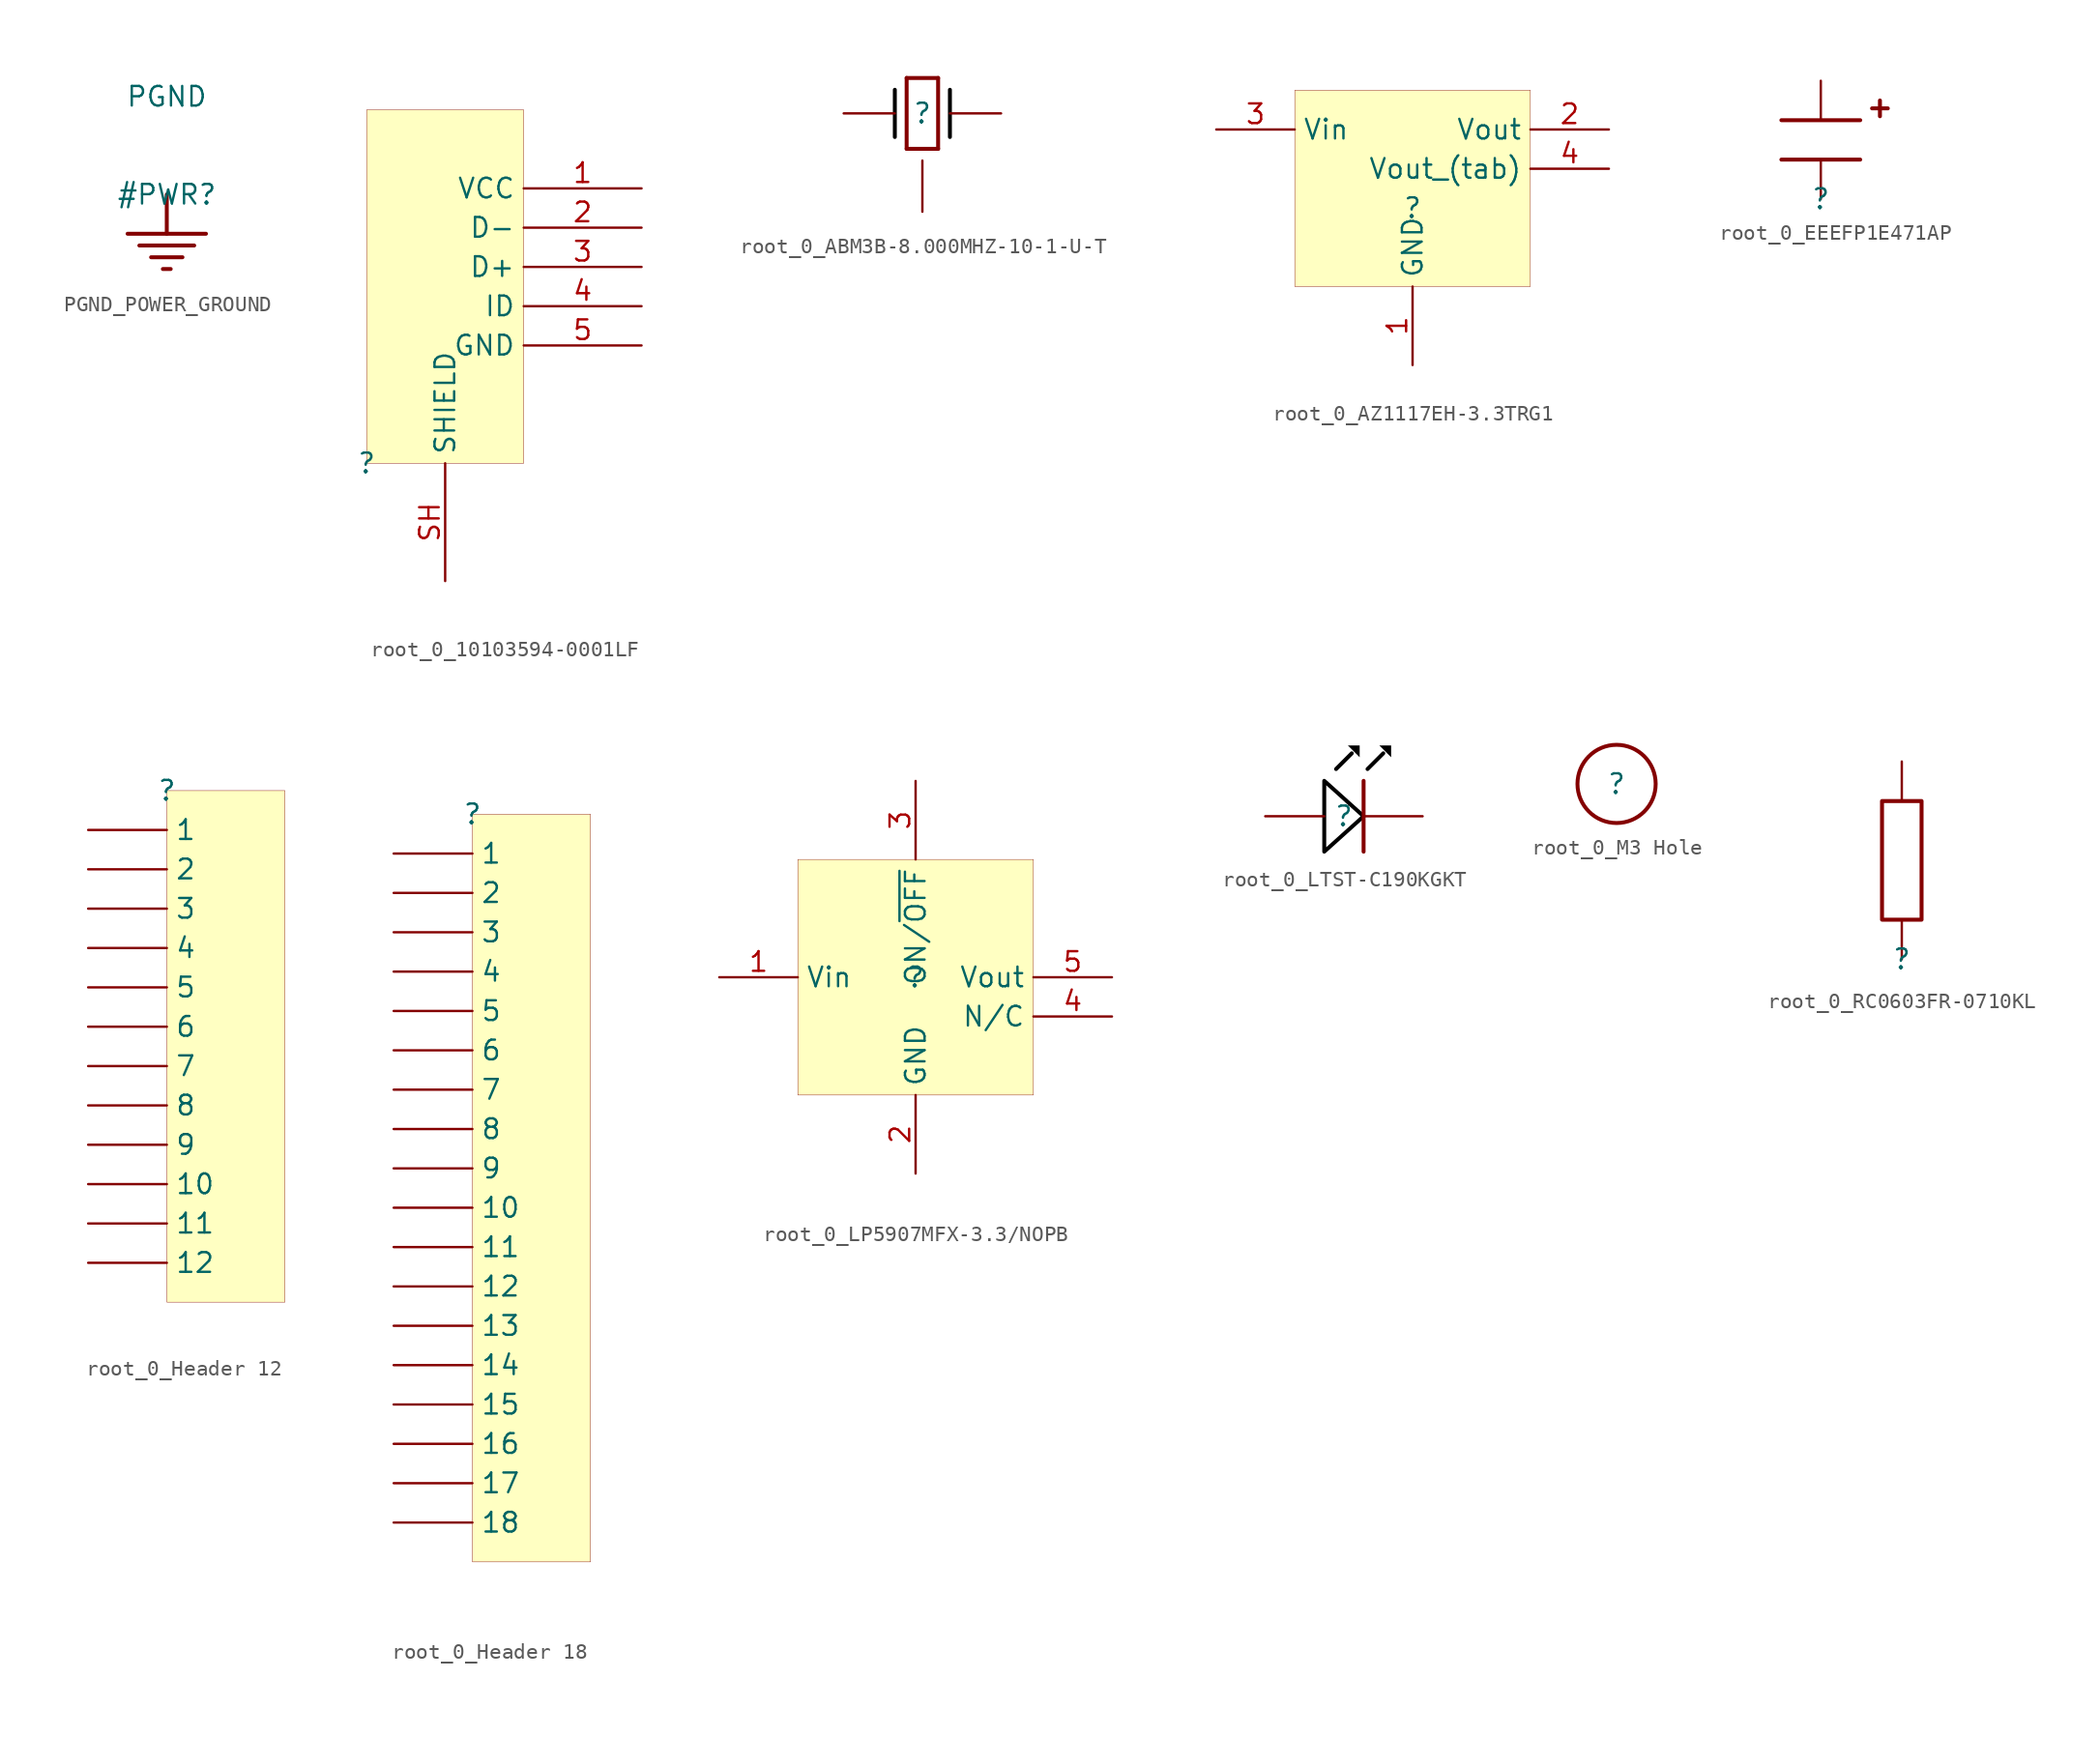
<source format=kicad_sym>
(kicad_symbol_lib
  (version 20231120)
  (generator "kicad_symbol_editor")
  (generator_version "8.0")
  (symbol "PGND_POWER_GROUND"
    (power)
    (property "Reference" "#PWR"
      (at 0 0 0)
      (effects (font (size 1.27 1.27))))
    (property "Value" "PGND"
      (at 0 6.35 0)
      (effects (font (size 1.27 1.27))))
    (symbol "PGND_POWER_GROUND_0_0"
      (polyline (pts (xy -2.54 -2.54) (xy 2.54 -2.54)) (stroke (width 0.254) (type solid)) (fill (type none)))
      (polyline (pts (xy -1.778 -3.302) (xy 1.778 -3.302)) (stroke (width 0.254) (type solid)) (fill (type none)))
      (polyline (pts (xy -1.016 -4.064) (xy 1.016 -4.064)) (stroke (width 0.254) (type solid)) (fill (type none)))
      (polyline (pts (xy -0.254 -4.826) (xy 0.254 -4.826)) (stroke (width 0.254) (type solid)) (fill (type none)))
      (polyline (pts (xy 0 0) (xy 0 -2.54)) (stroke (width 0.254) (type solid)) (fill (type none)))
      (pin power_in line (at 0 0 0) (length 0) hide (name "PGND" (effects (font (size 1.27 1.27)))) (number "" (effects (font (size 1.27 1.27)))))))
  (symbol "root_0_10103594-0001LF"
    (property "Reference" ""
      (at 0 0 0)
      (effects (font (size 1.27 1.27))))
    (property "Value" ""
      (at 0 0 0)
      (effects (font (size 1.27 1.27))))
    (symbol "root_0_10103594-0001LF_1_0"
      (rectangle (start 10.16 22.86) (end 0 0) (stroke (width 0.025) (type solid) (color 128 0 0 1)) (fill (type background)))
      (pin passive line (at 17.78 17.78 180) (length 7.62) (name "VCC" (effects (font (size 1.27 1.27)))) (number "1" (effects (font (size 1.27 1.27)))))
      (pin passive line (at 17.78 15.24 180) (length 7.62) (name "D-" (effects (font (size 1.27 1.27)))) (number "2" (effects (font (size 1.27 1.27)))))
      (pin passive line (at 17.78 12.7 180) (length 7.62) (name "D+" (effects (font (size 1.27 1.27)))) (number "3" (effects (font (size 1.27 1.27)))))
      (pin passive line (at 17.78 10.16 180) (length 7.62) (name "ID" (effects (font (size 1.27 1.27)))) (number "4" (effects (font (size 1.27 1.27)))))
      (pin passive line (at 17.78 7.62 180) (length 7.62) (name "GND" (effects (font (size 1.27 1.27)))) (number "5" (effects (font (size 1.27 1.27)))))
      (pin passive line (at 5.08 -7.62 90) (length 7.62) (name "SHIELD" (effects (font (size 1.27 1.27)))) (number "SH" (effects (font (size 1.27 1.27)))))))
  (symbol "root_0_ABM3B-8.000MHZ-10-1-U-T"
    (property "Reference" ""
      (at 0 0 0)
      (effects (font (size 1.27 1.27))))
    (property "Value" ""
      (at 0 0 0)
      (effects (font (size 1.27 1.27))))
    (symbol "root_0_ABM3B-8.000MHZ-10-1-U-T_1_0"
      (polyline (pts (xy -1.778 1.524) (xy -1.778 -1.524)) (stroke (width 0.254) (type solid) (color 0 0 0 1)) (fill (type none)))
      (polyline (pts (xy -1.016 -2.286) (xy 1.016 -2.286)) (stroke (width 0.254) (type solid)) (fill (type none)))
      (polyline (pts (xy -1.016 2.286) (xy -1.016 -2.286)) (stroke (width 0.254) (type solid)) (fill (type none)))
      (polyline (pts (xy -1.016 2.286) (xy 1.016 2.286)) (stroke (width 0.254) (type solid)) (fill (type none)))
      (polyline (pts (xy 1.016 2.286) (xy 1.016 -2.286)) (stroke (width 0.254) (type solid)) (fill (type none)))
      (polyline (pts (xy 1.778 1.524) (xy 1.778 -1.524)) (stroke (width 0.254) (type solid) (color 0 0 0 1)) (fill (type none)))
      (pin passive line (at -5.08 0 0) (length 3.302) (name "" (effects (font (size 0 0)))) (number "1" (effects (font (size 0 0)))))
      (pin passive line (at 5.08 0 180) (length 3.302) (name "" (effects (font (size 0 0)))) (number "3" (effects (font (size 0 0)))))
      (pin passive line (at 0 -6.35 90) (length 3.302) (name "" (effects (font (size 0 0)))) (number "G" (effects (font (size 0 0)))))))
  (symbol "root_0_AZ1117EH-3.3TRG1"
    (property "Reference" ""
      (at 0 0 0)
      (effects (font (size 1.27 1.27))))
    (property "Value" ""
      (at 0 0 0)
      (effects (font (size 1.27 1.27))))
    (symbol "root_0_AZ1117EH-3.3TRG1_1_0"
      (rectangle (start 7.62 7.62) (end -7.62 -5.08) (stroke (width 0.025) (type solid) (color 128 0 0 1)) (fill (type background)))
      (pin passive line (at 0 -10.16 90) (length 5.08) (name "GND" (effects (font (size 1.27 1.27)))) (number "1" (effects (font (size 1.27 1.27)))))
      (pin passive line (at 12.7 5.08 180) (length 5.08) (name "Vout" (effects (font (size 1.27 1.27)))) (number "2" (effects (font (size 1.27 1.27)))))
      (pin passive line (at -12.7 5.08 0) (length 5.08) (name "Vin" (effects (font (size 1.27 1.27)))) (number "3" (effects (font (size 1.27 1.27)))))
      (pin passive line (at 12.7 2.54 180) (length 5.08) (name "Vout_(tab)" (effects (font (size 1.27 1.27)))) (number "4" (effects (font (size 1.27 1.27)))))))
  (symbol "root_0_EEEFP1E471AP"
    (property "Reference" ""
      (at 0 0 0)
      (effects (font (size 1.27 1.27))))
    (property "Value" ""
      (at 0 0 0)
      (effects (font (size 1.27 1.27))))
    (symbol "root_0_EEEFP1E471AP_1_0"
      (polyline (pts (xy -2.54 2.54) (xy 2.54 2.54)) (stroke (width 0.254) (type solid)) (fill (type none)))
      (polyline (pts (xy -2.54 5.08) (xy 2.54 5.08)) (stroke (width 0.254) (type solid)) (fill (type none)))
      (polyline (pts (xy 3.302 5.842) (xy 4.318 5.842)) (stroke (width 0.254) (type solid)) (fill (type none)))
      (polyline (pts (xy 3.81 6.35) (xy 3.81 5.334)) (stroke (width 0.254) (type solid)) (fill (type none)))
      (pin passive line (at 0 7.62 270) (length 2.54) (name "1" (effects (font (size 0 0)))) (number "1" (effects (font (size 0 0)))))
      (pin passive line (at 0 0 90) (length 2.54) (name "2" (effects (font (size 0 0)))) (number "2" (effects (font (size 0 0)))))))
  (symbol "root_0_Header 12"
    (property "Reference" ""
      (at 0 0 0)
      (effects (font (size 1.27 1.27))))
    (property "Value" ""
      (at 0 0 0)
      (effects (font (size 1.27 1.27))))
    (symbol "root_0_Header 12_1_0"
      (rectangle (start 7.62 0) (end 0 -33.02) (stroke (width 0.025) (type solid) (color 128 0 0 1)) (fill (type background)))
      (pin passive line (at -5.08 -2.54 0) (length 5.08) (name "1" (effects (font (size 1.27 1.27)))) (number "1" (effects (font (size 0 0)))))
      (pin passive line (at -5.08 -25.4 0) (length 5.08) (name "10" (effects (font (size 1.27 1.27)))) (number "10" (effects (font (size 0 0)))))
      (pin passive line (at -5.08 -27.94 0) (length 5.08) (name "11" (effects (font (size 1.27 1.27)))) (number "11" (effects (font (size 0 0)))))
      (pin passive line (at -5.08 -30.48 0) (length 5.08) (name "12" (effects (font (size 1.27 1.27)))) (number "12" (effects (font (size 0 0)))))
      (pin passive line (at -5.08 -5.08 0) (length 5.08) (name "2" (effects (font (size 1.27 1.27)))) (number "2" (effects (font (size 0 0)))))
      (pin passive line (at -5.08 -7.62 0) (length 5.08) (name "3" (effects (font (size 1.27 1.27)))) (number "3" (effects (font (size 0 0)))))
      (pin passive line (at -5.08 -10.16 0) (length 5.08) (name "4" (effects (font (size 1.27 1.27)))) (number "4" (effects (font (size 0 0)))))
      (pin passive line (at -5.08 -12.7 0) (length 5.08) (name "5" (effects (font (size 1.27 1.27)))) (number "5" (effects (font (size 0 0)))))
      (pin passive line (at -5.08 -15.24 0) (length 5.08) (name "6" (effects (font (size 1.27 1.27)))) (number "6" (effects (font (size 0 0)))))
      (pin passive line (at -5.08 -17.78 0) (length 5.08) (name "7" (effects (font (size 1.27 1.27)))) (number "7" (effects (font (size 0 0)))))
      (pin passive line (at -5.08 -20.32 0) (length 5.08) (name "8" (effects (font (size 1.27 1.27)))) (number "8" (effects (font (size 0 0)))))
      (pin passive line (at -5.08 -22.86 0) (length 5.08) (name "9" (effects (font (size 1.27 1.27)))) (number "9" (effects (font (size 0 0)))))))
  (symbol "root_0_Header 18"
    (property "Reference" ""
      (at 0 0 0)
      (effects (font (size 1.27 1.27))))
    (property "Value" ""
      (at 0 0 0)
      (effects (font (size 1.27 1.27))))
    (symbol "root_0_Header 18_1_0"
      (rectangle (start 7.62 0) (end 0 -48.26) (stroke (width 0.025) (type solid) (color 128 0 0 1)) (fill (type background)))
      (pin passive line (at -5.08 -2.54 0) (length 5.08) (name "1" (effects (font (size 1.27 1.27)))) (number "1" (effects (font (size 0 0)))))
      (pin passive line (at -5.08 -25.4 0) (length 5.08) (name "10" (effects (font (size 1.27 1.27)))) (number "10" (effects (font (size 0 0)))))
      (pin passive line (at -5.08 -27.94 0) (length 5.08) (name "11" (effects (font (size 1.27 1.27)))) (number "11" (effects (font (size 0 0)))))
      (pin passive line (at -5.08 -30.48 0) (length 5.08) (name "12" (effects (font (size 1.27 1.27)))) (number "12" (effects (font (size 0 0)))))
      (pin passive line (at -5.08 -33.02 0) (length 5.08) (name "13" (effects (font (size 1.27 1.27)))) (number "13" (effects (font (size 0 0)))))
      (pin passive line (at -5.08 -35.56 0) (length 5.08) (name "14" (effects (font (size 1.27 1.27)))) (number "14" (effects (font (size 0 0)))))
      (pin passive line (at -5.08 -38.1 0) (length 5.08) (name "15" (effects (font (size 1.27 1.27)))) (number "15" (effects (font (size 0 0)))))
      (pin passive line (at -5.08 -40.64 0) (length 5.08) (name "16" (effects (font (size 1.27 1.27)))) (number "16" (effects (font (size 0 0)))))
      (pin passive line (at -5.08 -43.18 0) (length 5.08) (name "17" (effects (font (size 1.27 1.27)))) (number "17" (effects (font (size 0 0)))))
      (pin passive line (at -5.08 -45.72 0) (length 5.08) (name "18" (effects (font (size 1.27 1.27)))) (number "18" (effects (font (size 0 0)))))
      (pin passive line (at -5.08 -5.08 0) (length 5.08) (name "2" (effects (font (size 1.27 1.27)))) (number "2" (effects (font (size 0 0)))))
      (pin passive line (at -5.08 -7.62 0) (length 5.08) (name "3" (effects (font (size 1.27 1.27)))) (number "3" (effects (font (size 0 0)))))
      (pin passive line (at -5.08 -10.16 0) (length 5.08) (name "4" (effects (font (size 1.27 1.27)))) (number "4" (effects (font (size 0 0)))))
      (pin passive line (at -5.08 -12.7 0) (length 5.08) (name "5" (effects (font (size 1.27 1.27)))) (number "5" (effects (font (size 0 0)))))
      (pin passive line (at -5.08 -15.24 0) (length 5.08) (name "6" (effects (font (size 1.27 1.27)))) (number "6" (effects (font (size 0 0)))))
      (pin passive line (at -5.08 -17.78 0) (length 5.08) (name "7" (effects (font (size 1.27 1.27)))) (number "7" (effects (font (size 0 0)))))
      (pin passive line (at -5.08 -20.32 0) (length 5.08) (name "8" (effects (font (size 1.27 1.27)))) (number "8" (effects (font (size 0 0)))))
      (pin passive line (at -5.08 -22.86 0) (length 5.08) (name "9" (effects (font (size 1.27 1.27)))) (number "9" (effects (font (size 0 0)))))))
  (symbol "root_0_LP5907MFX-3.3/NOPB"
    (property "Reference" ""
      (at 0 0 0)
      (effects (font (size 1.27 1.27))))
    (property "Value" ""
      (at 0 0 0)
      (effects (font (size 1.27 1.27))))
    (symbol "root_0_LP5907MFX-3.3/NOPB_1_0"
      (rectangle (start 7.62 7.62) (end -7.62 -7.62) (stroke (width 0.025) (type solid) (color 128 0 0 1)) (fill (type background)))
      (pin passive line (at -12.7 0 0) (length 5.08) (name "Vin" (effects (font (size 1.27 1.27)))) (number "1" (effects (font (size 1.27 1.27)))))
      (pin passive line (at 0 -12.7 90) (length 5.08) (name "GND" (effects (font (size 1.27 1.27)))) (number "2" (effects (font (size 1.27 1.27)))))
      (pin passive line (at 0 12.7 270) (length 5.08) (name "ON/~{OFF}" (effects (font (size 1.27 1.27)))) (number "3" (effects (font (size 1.27 1.27)))))
      (pin passive line (at 12.7 -2.54 180) (length 5.08) (name "N/C" (effects (font (size 1.27 1.27)))) (number "4" (effects (font (size 1.27 1.27)))))
      (pin passive line (at 12.7 0 180) (length 5.08) (name "Vout" (effects (font (size 1.27 1.27)))) (number "5" (effects (font (size 1.27 1.27)))))))
  (symbol "root_0_LTST-C190KGKT"
    (property "Reference" ""
      (at 0 0 0)
      (effects (font (size 1.27 1.27))))
    (property "Value" ""
      (at 0 0 0)
      (effects (font (size 1.27 1.27))))
    (symbol "root_0_LTST-C190KGKT_1_0"
      (polyline (pts (xy 0.508 4.064) (xy -0.508 3.048)) (stroke (width 0.254) (type solid) (color 0 0 0 1)) (fill (type none)))
      (polyline (pts (xy 1.27 2.286) (xy 1.27 -2.286)) (stroke (width 0.254) (type solid)) (fill (type none)))
      (polyline (pts (xy 2.54 4.064) (xy 1.524 3.048)) (stroke (width 0.254) (type solid) (color 0 0 0 1)) (fill (type none)))
      (polyline (pts (xy -1.27 2.286) (xy 1.27 0) (xy -1.27 -2.286) (xy -1.27 2.286)) (stroke (width 0.254) (type solid) (color 0 0 0 1)) (fill (type none)))
      (polyline (pts (xy 0.254 4.572) (xy 1.016 4.572) (xy 1.016 3.81) (xy 0.254 4.572)) (stroke (width -0.0001) (type solid) (color 0 0 0 1)) (fill (type outline)))
      (polyline (pts (xy 2.286 4.572) (xy 3.048 4.572) (xy 3.048 3.81) (xy 2.286 4.572)) (stroke (width -0.0001) (type solid) (color 0 0 0 1)) (fill (type outline)))
      (pin passive line (at -5.08 0 0) (length 3.81) (name "A" (effects (font (size 0 0)))) (number "A" (effects (font (size 0 0)))))
      (pin passive line (at 5.08 0 180) (length 3.81) (name "K" (effects (font (size 0 0)))) (number "K" (effects (font (size 0 0)))))))
  (symbol "root_0_M3 Hole"
    (property "Reference" ""
      (at 0 0 0)
      (effects (font (size 1.27 1.27))))
    (property "Value" ""
      (at 0 0 0)
      (effects (font (size 1.27 1.27))))
    (symbol "root_0_M3 Hole_1_0"
      (circle (center 0 0) (radius 2.538) (stroke (width 0.254) (type solid)) (fill (type none)))))
  (symbol "root_0_RC0603FR-0710KL"
    (property "Reference" ""
      (at 0 0 0)
      (effects (font (size 1.27 1.27))))
    (property "Value" ""
      (at 0 0 0)
      (effects (font (size 1.27 1.27))))
    (symbol "root_0_RC0603FR-0710KL_1_0"
      (polyline (pts (xy 1.27 2.54) (xy -1.27 2.54) (xy -1.27 10.16) (xy 1.27 10.16) (xy 1.27 2.54)) (stroke (width 0.254) (type solid)) (fill (type none)))
      (pin passive line (at 0 0 90) (length 2.54) (name "0" (effects (font (size 0 0)))) (number "1" (effects (font (size 0 0)))))
      (pin passive line (at 0 12.7 270) (length 2.54) (name "0" (effects (font (size 0 0)))) (number "2" (effects (font (size 0 0))))))))
</source>
